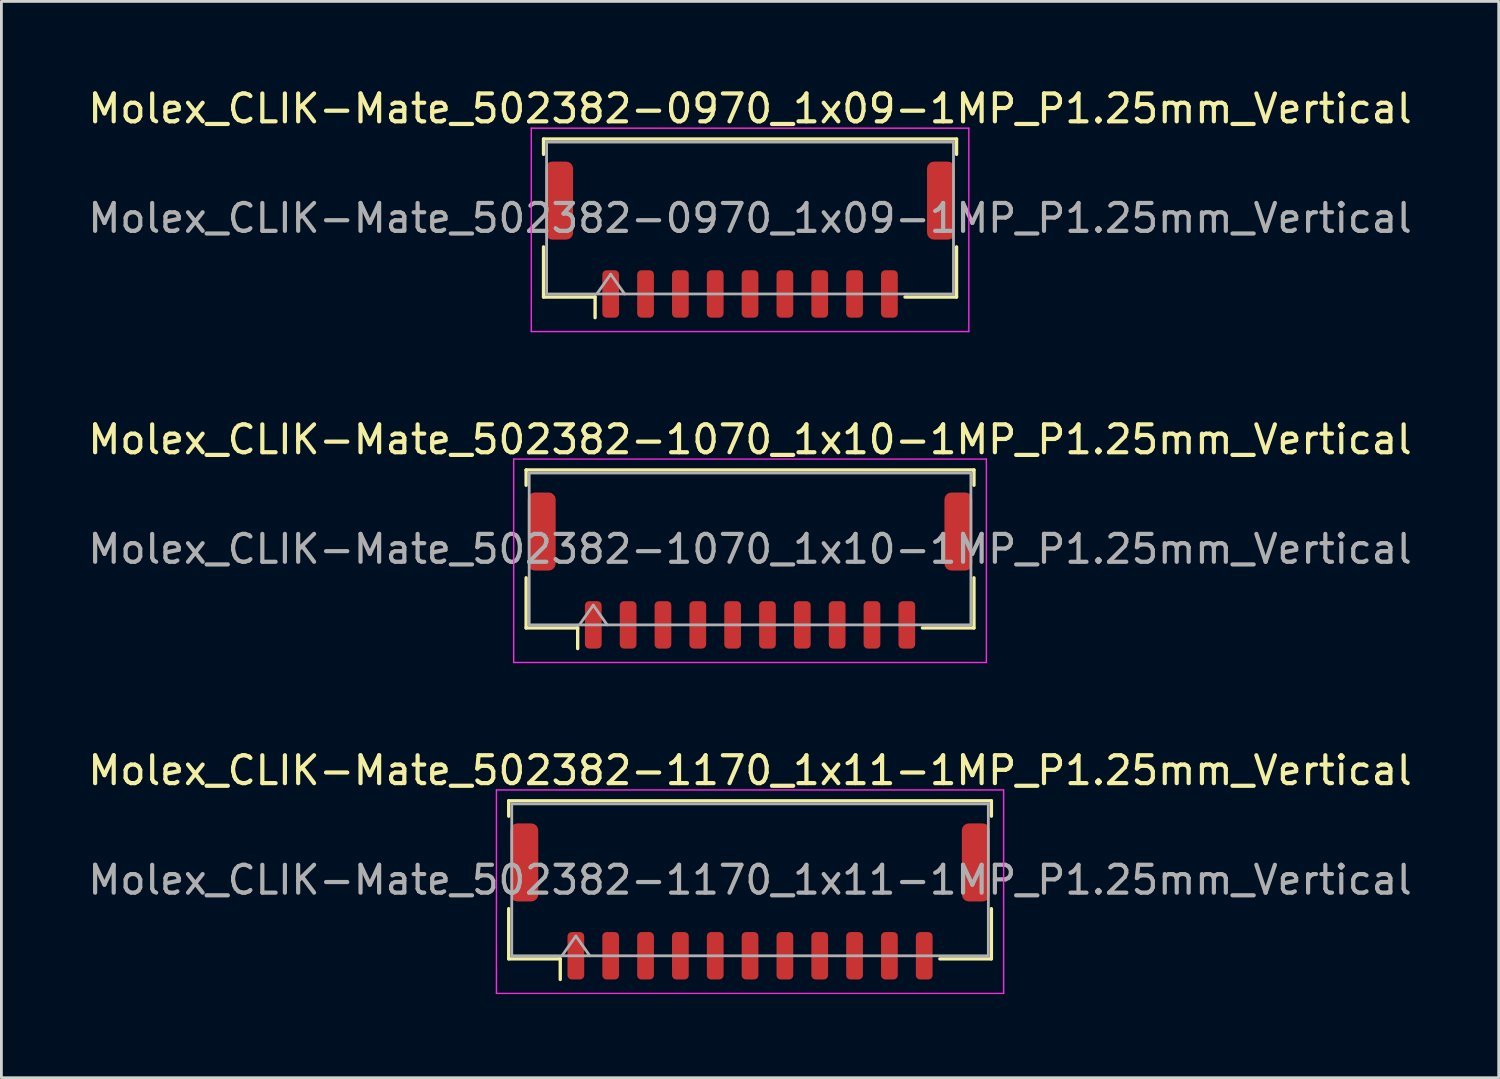
<source format=kicad_pcb>
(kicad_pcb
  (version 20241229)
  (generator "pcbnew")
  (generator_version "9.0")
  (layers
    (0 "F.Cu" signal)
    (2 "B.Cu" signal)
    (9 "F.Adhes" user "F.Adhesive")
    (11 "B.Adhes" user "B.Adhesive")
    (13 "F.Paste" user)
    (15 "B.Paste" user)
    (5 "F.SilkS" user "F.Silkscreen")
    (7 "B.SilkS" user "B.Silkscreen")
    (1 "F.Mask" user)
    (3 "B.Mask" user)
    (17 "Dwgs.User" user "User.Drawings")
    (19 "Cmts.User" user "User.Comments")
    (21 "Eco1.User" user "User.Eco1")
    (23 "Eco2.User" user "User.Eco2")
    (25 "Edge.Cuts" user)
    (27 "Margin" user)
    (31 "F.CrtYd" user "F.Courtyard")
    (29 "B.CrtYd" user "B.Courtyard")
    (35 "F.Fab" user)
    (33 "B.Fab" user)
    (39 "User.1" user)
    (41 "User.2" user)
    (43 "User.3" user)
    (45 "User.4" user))
  (footprint "Molex_CLIK-Mate_502382-0970_1x09-1MP_P1.25mm_Vertical"
    (layer "F.Cu")
    (at 23.863 5.548)
    (property "Reference" "Molex_CLIK-Mate_502382-0970_1x09-1MP_P1.25mm_Vertical" (at 0 -4.7 0) (layer "F.SilkS") (effects (font (size 1 1) (thickness 0.15))))
    (attr smd)
    (fp_line (start -7.41 -3.61) (end 7.41 -3.61) (stroke (width 0.12) (type solid)) (layer "F.SilkS"))
    (fp_line (start -7.41 -3.06) (end -7.41 -3.61) (stroke (width 0.12) (type solid)) (layer "F.SilkS"))
    (fp_line (start -7.41 0.26) (end -7.41 2.06) (stroke (width 0.12) (type solid)) (layer "F.SilkS"))
    (fp_line (start -7.41 2.06) (end -5.56 2.06) (stroke (width 0.12) (type solid)) (layer "F.SilkS"))
    (fp_line (start -5.56 2.06) (end -5.56 2.8) (stroke (width 0.12) (type solid)) (layer "F.SilkS"))
    (fp_line (start 7.41 -3.61) (end 7.41 -3.06) (stroke (width 0.12) (type solid)) (layer "F.SilkS"))
    (fp_line (start 7.41 0.26) (end 7.41 2.06) (stroke (width 0.12) (type solid)) (layer "F.SilkS"))
    (fp_line (start 7.41 2.06) (end 5.56 2.06) (stroke (width 0.12) (type solid)) (layer "F.SilkS"))
    (fp_line (start -7.85 -4) (end -7.85 3.3) (stroke (width 0.05) (type solid)) (layer "F.CrtYd"))
    (fp_line (start -7.85 3.3) (end 7.85 3.3) (stroke (width 0.05) (type solid)) (layer "F.CrtYd"))
    (fp_line (start 7.85 -4) (end -7.85 -4) (stroke (width 0.05) (type solid)) (layer "F.CrtYd"))
    (fp_line (start 7.85 3.3) (end 7.85 -4) (stroke (width 0.05) (type solid)) (layer "F.CrtYd"))
    (fp_line (start -7.3 -3.5) (end 7.3 -3.5) (stroke (width 0.1) (type solid)) (layer "F.Fab"))
    (fp_line (start -7.3 1.95) (end -7.3 -3.5) (stroke (width 0.1) (type solid)) (layer "F.Fab"))
    (fp_line (start -7.3 1.95) (end 7.3 1.95) (stroke (width 0.1) (type solid)) (layer "F.Fab"))
    (fp_line (start -5.5 1.95) (end -5 1.243) (stroke (width 0.1) (type solid)) (layer "F.Fab"))
    (fp_line (start -5 1.243) (end -4.5 1.95) (stroke (width 0.1) (type solid)) (layer "F.Fab"))
    (fp_line (start 7.3 1.95) (end 7.3 -3.5) (stroke (width 0.1) (type solid)) (layer "F.Fab"))
    (fp_text user "${REFERENCE}" (at 0 -0.77 0) (layer "F.Fab") (effects (font (size 1 1) (thickness 0.15))))
    (pad "1" smd roundrect (at -5 1.95) (size 0.6 1.7) (layers "F.Cu" "F.Mask" "F.Paste") (roundrect_rratio 0.25))
    (pad "2" smd roundrect (at -3.75 1.95) (size 0.6 1.7) (layers "F.Cu" "F.Mask" "F.Paste") (roundrect_rratio 0.25))
    (pad "3" smd roundrect (at -2.5 1.95) (size 0.6 1.7) (layers "F.Cu" "F.Mask" "F.Paste") (roundrect_rratio 0.25))
    (pad "4" smd roundrect (at -1.25 1.95) (size 0.6 1.7) (layers "F.Cu" "F.Mask" "F.Paste") (roundrect_rratio 0.25))
    (pad "5" smd roundrect (at 0 1.95) (size 0.6 1.7) (layers "F.Cu" "F.Mask" "F.Paste") (roundrect_rratio 0.25))
    (pad "6" smd roundrect (at 1.25 1.95) (size 0.6 1.7) (layers "F.Cu" "F.Mask" "F.Paste") (roundrect_rratio 0.25))
    (pad "7" smd roundrect (at 2.5 1.95) (size 0.6 1.7) (layers "F.Cu" "F.Mask" "F.Paste") (roundrect_rratio 0.25))
    (pad "8" smd roundrect (at 3.75 1.95) (size 0.6 1.7) (layers "F.Cu" "F.Mask" "F.Paste") (roundrect_rratio 0.25))
    (pad "9" smd roundrect (at 5 1.95) (size 0.6 1.7) (layers "F.Cu" "F.Mask" "F.Paste") (roundrect_rratio 0.25))
    (pad "MP" smd roundrect (at -6.85 -1.4) (size 1 2.8) (layers "F.Cu" "F.Mask" "F.Paste") (roundrect_rratio 0.25))
    (pad "MP" smd roundrect (at 6.85 -1.4) (size 1 2.8) (layers "F.Cu" "F.Mask" "F.Paste") (roundrect_rratio 0.25)))
  (footprint "Molex_CLIK-Mate_502382-1170_1x11-1MP_P1.25mm_Vertical"
    (layer "F.Cu")
    (at 23.863 29.295)
    (property "Reference" "Molex_CLIK-Mate_502382-1170_1x11-1MP_P1.25mm_Vertical" (at 0 -4.7 0) (layer "F.SilkS") (effects (font (size 1 1) (thickness 0.15))))
    (attr smd)
    (fp_line (start -8.66 -3.61) (end 8.66 -3.61) (stroke (width 0.12) (type solid)) (layer "F.SilkS"))
    (fp_line (start -8.66 -3.06) (end -8.66 -3.61) (stroke (width 0.12) (type solid)) (layer "F.SilkS"))
    (fp_line (start -8.66 0.26) (end -8.66 2.06) (stroke (width 0.12) (type solid)) (layer "F.SilkS"))
    (fp_line (start -8.66 2.06) (end -6.81 2.06) (stroke (width 0.12) (type solid)) (layer "F.SilkS"))
    (fp_line (start -6.81 2.06) (end -6.81 2.8) (stroke (width 0.12) (type solid)) (layer "F.SilkS"))
    (fp_line (start 8.66 -3.61) (end 8.66 -3.06) (stroke (width 0.12) (type solid)) (layer "F.SilkS"))
    (fp_line (start 8.66 0.26) (end 8.66 2.06) (stroke (width 0.12) (type solid)) (layer "F.SilkS"))
    (fp_line (start 8.66 2.06) (end 6.81 2.06) (stroke (width 0.12) (type solid)) (layer "F.SilkS"))
    (fp_line (start -9.1 -4) (end -9.1 3.3) (stroke (width 0.05) (type solid)) (layer "F.CrtYd"))
    (fp_line (start -9.1 3.3) (end 9.1 3.3) (stroke (width 0.05) (type solid)) (layer "F.CrtYd"))
    (fp_line (start 9.1 -4) (end -9.1 -4) (stroke (width 0.05) (type solid)) (layer "F.CrtYd"))
    (fp_line (start 9.1 3.3) (end 9.1 -4) (stroke (width 0.05) (type solid)) (layer "F.CrtYd"))
    (fp_line (start -8.55 -3.5) (end 8.55 -3.5) (stroke (width 0.1) (type solid)) (layer "F.Fab"))
    (fp_line (start -8.55 1.95) (end -8.55 -3.5) (stroke (width 0.1) (type solid)) (layer "F.Fab"))
    (fp_line (start -8.55 1.95) (end 8.55 1.95) (stroke (width 0.1) (type solid)) (layer "F.Fab"))
    (fp_line (start -6.75 1.95) (end -6.25 1.243) (stroke (width 0.1) (type solid)) (layer "F.Fab"))
    (fp_line (start -6.25 1.243) (end -5.75 1.95) (stroke (width 0.1) (type solid)) (layer "F.Fab"))
    (fp_line (start 8.55 1.95) (end 8.55 -3.5) (stroke (width 0.1) (type solid)) (layer "F.Fab"))
    (fp_text user "${REFERENCE}" (at 0 -0.77 0) (layer "F.Fab") (effects (font (size 1 1) (thickness 0.15))))
    (pad "1" smd roundrect (at -6.25 1.95) (size 0.6 1.7) (layers "F.Cu" "F.Mask" "F.Paste") (roundrect_rratio 0.25))
    (pad "2" smd roundrect (at -5 1.95) (size 0.6 1.7) (layers "F.Cu" "F.Mask" "F.Paste") (roundrect_rratio 0.25))
    (pad "3" smd roundrect (at -3.75 1.95) (size 0.6 1.7) (layers "F.Cu" "F.Mask" "F.Paste") (roundrect_rratio 0.25))
    (pad "4" smd roundrect (at -2.5 1.95) (size 0.6 1.7) (layers "F.Cu" "F.Mask" "F.Paste") (roundrect_rratio 0.25))
    (pad "5" smd roundrect (at -1.25 1.95) (size 0.6 1.7) (layers "F.Cu" "F.Mask" "F.Paste") (roundrect_rratio 0.25))
    (pad "6" smd roundrect (at 0 1.95) (size 0.6 1.7) (layers "F.Cu" "F.Mask" "F.Paste") (roundrect_rratio 0.25))
    (pad "7" smd roundrect (at 1.25 1.95) (size 0.6 1.7) (layers "F.Cu" "F.Mask" "F.Paste") (roundrect_rratio 0.25))
    (pad "8" smd roundrect (at 2.5 1.95) (size 0.6 1.7) (layers "F.Cu" "F.Mask" "F.Paste") (roundrect_rratio 0.25))
    (pad "9" smd roundrect (at 3.75 1.95) (size 0.6 1.7) (layers "F.Cu" "F.Mask" "F.Paste") (roundrect_rratio 0.25))
    (pad "10" smd roundrect (at 5 1.95) (size 0.6 1.7) (layers "F.Cu" "F.Mask" "F.Paste") (roundrect_rratio 0.25))
    (pad "11" smd roundrect (at 6.25 1.95) (size 0.6 1.7) (layers "F.Cu" "F.Mask" "F.Paste") (roundrect_rratio 0.25))
    (pad "MP" smd roundrect (at -8.1 -1.4) (size 1 2.8) (layers "F.Cu" "F.Mask" "F.Paste") (roundrect_rratio 0.25))
    (pad "MP" smd roundrect (at 8.1 -1.4) (size 1 2.8) (layers "F.Cu" "F.Mask" "F.Paste") (roundrect_rratio 0.25)))
  (footprint "Molex_CLIK-Mate_502382-1070_1x10-1MP_P1.25mm_Vertical"
    (layer "F.Cu")
    (at 23.863 17.422)
    (property "Reference" "Molex_CLIK-Mate_502382-1070_1x10-1MP_P1.25mm_Vertical" (at 0 -4.7 0) (layer "F.SilkS") (effects (font (size 1 1) (thickness 0.15))))
    (attr smd)
    (fp_line (start -8.035 -3.61) (end 8.035 -3.61) (stroke (width 0.12) (type solid)) (layer "F.SilkS"))
    (fp_line (start -8.035 -3.06) (end -8.035 -3.61) (stroke (width 0.12) (type solid)) (layer "F.SilkS"))
    (fp_line (start -8.035 0.26) (end -8.035 2.06) (stroke (width 0.12) (type solid)) (layer "F.SilkS"))
    (fp_line (start -8.035 2.06) (end -6.185 2.06) (stroke (width 0.12) (type solid)) (layer "F.SilkS"))
    (fp_line (start -6.185 2.06) (end -6.185 2.8) (stroke (width 0.12) (type solid)) (layer "F.SilkS"))
    (fp_line (start 8.035 -3.61) (end 8.035 -3.06) (stroke (width 0.12) (type solid)) (layer "F.SilkS"))
    (fp_line (start 8.035 0.26) (end 8.035 2.06) (stroke (width 0.12) (type solid)) (layer "F.SilkS"))
    (fp_line (start 8.035 2.06) (end 6.185 2.06) (stroke (width 0.12) (type solid)) (layer "F.SilkS"))
    (fp_line (start -8.48 -4) (end -8.48 3.3) (stroke (width 0.05) (type solid)) (layer "F.CrtYd"))
    (fp_line (start -8.48 3.3) (end 8.48 3.3) (stroke (width 0.05) (type solid)) (layer "F.CrtYd"))
    (fp_line (start 8.48 -4) (end -8.48 -4) (stroke (width 0.05) (type solid)) (layer "F.CrtYd"))
    (fp_line (start 8.48 3.3) (end 8.48 -4) (stroke (width 0.05) (type solid)) (layer "F.CrtYd"))
    (fp_line (start -7.925 -3.5) (end 7.925 -3.5) (stroke (width 0.1) (type solid)) (layer "F.Fab"))
    (fp_line (start -7.925 1.95) (end -7.925 -3.5) (stroke (width 0.1) (type solid)) (layer "F.Fab"))
    (fp_line (start -7.925 1.95) (end 7.925 1.95) (stroke (width 0.1) (type solid)) (layer "F.Fab"))
    (fp_line (start -6.125 1.95) (end -5.625 1.243) (stroke (width 0.1) (type solid)) (layer "F.Fab"))
    (fp_line (start -5.625 1.243) (end -5.125 1.95) (stroke (width 0.1) (type solid)) (layer "F.Fab"))
    (fp_line (start 7.925 1.95) (end 7.925 -3.5) (stroke (width 0.1) (type solid)) (layer "F.Fab"))
    (fp_text user "${REFERENCE}" (at 0 -0.77 0) (layer "F.Fab") (effects (font (size 1 1) (thickness 0.15))))
    (pad "1" smd roundrect (at -5.625 1.95) (size 0.6 1.7) (layers "F.Cu" "F.Mask" "F.Paste") (roundrect_rratio 0.25))
    (pad "2" smd roundrect (at -4.375 1.95) (size 0.6 1.7) (layers "F.Cu" "F.Mask" "F.Paste") (roundrect_rratio 0.25))
    (pad "3" smd roundrect (at -3.125 1.95) (size 0.6 1.7) (layers "F.Cu" "F.Mask" "F.Paste") (roundrect_rratio 0.25))
    (pad "4" smd roundrect (at -1.875 1.95) (size 0.6 1.7) (layers "F.Cu" "F.Mask" "F.Paste") (roundrect_rratio 0.25))
    (pad "5" smd roundrect (at -0.625 1.95) (size 0.6 1.7) (layers "F.Cu" "F.Mask" "F.Paste") (roundrect_rratio 0.25))
    (pad "6" smd roundrect (at 0.625 1.95) (size 0.6 1.7) (layers "F.Cu" "F.Mask" "F.Paste") (roundrect_rratio 0.25))
    (pad "7" smd roundrect (at 1.875 1.95) (size 0.6 1.7) (layers "F.Cu" "F.Mask" "F.Paste") (roundrect_rratio 0.25))
    (pad "8" smd roundrect (at 3.125 1.95) (size 0.6 1.7) (layers "F.Cu" "F.Mask" "F.Paste") (roundrect_rratio 0.25))
    (pad "9" smd roundrect (at 4.375 1.95) (size 0.6 1.7) (layers "F.Cu" "F.Mask" "F.Paste") (roundrect_rratio 0.25))
    (pad "10" smd roundrect (at 5.625 1.95) (size 0.6 1.7) (layers "F.Cu" "F.Mask" "F.Paste") (roundrect_rratio 0.25))
    (pad "MP" smd roundrect (at -7.475 -1.4) (size 1 2.8) (layers "F.Cu" "F.Mask" "F.Paste") (roundrect_rratio 0.25))
    (pad "MP" smd roundrect (at 7.475 -1.4) (size 1 2.8) (layers "F.Cu" "F.Mask" "F.Paste") (roundrect_rratio 0.25)))
  (gr_rect
    (start -3 -3)
    (end 50.726 35.62)
    (stroke (width 0.1) (type default))
    (fill no)
    (layer "Edge.Cuts")))
</source>
